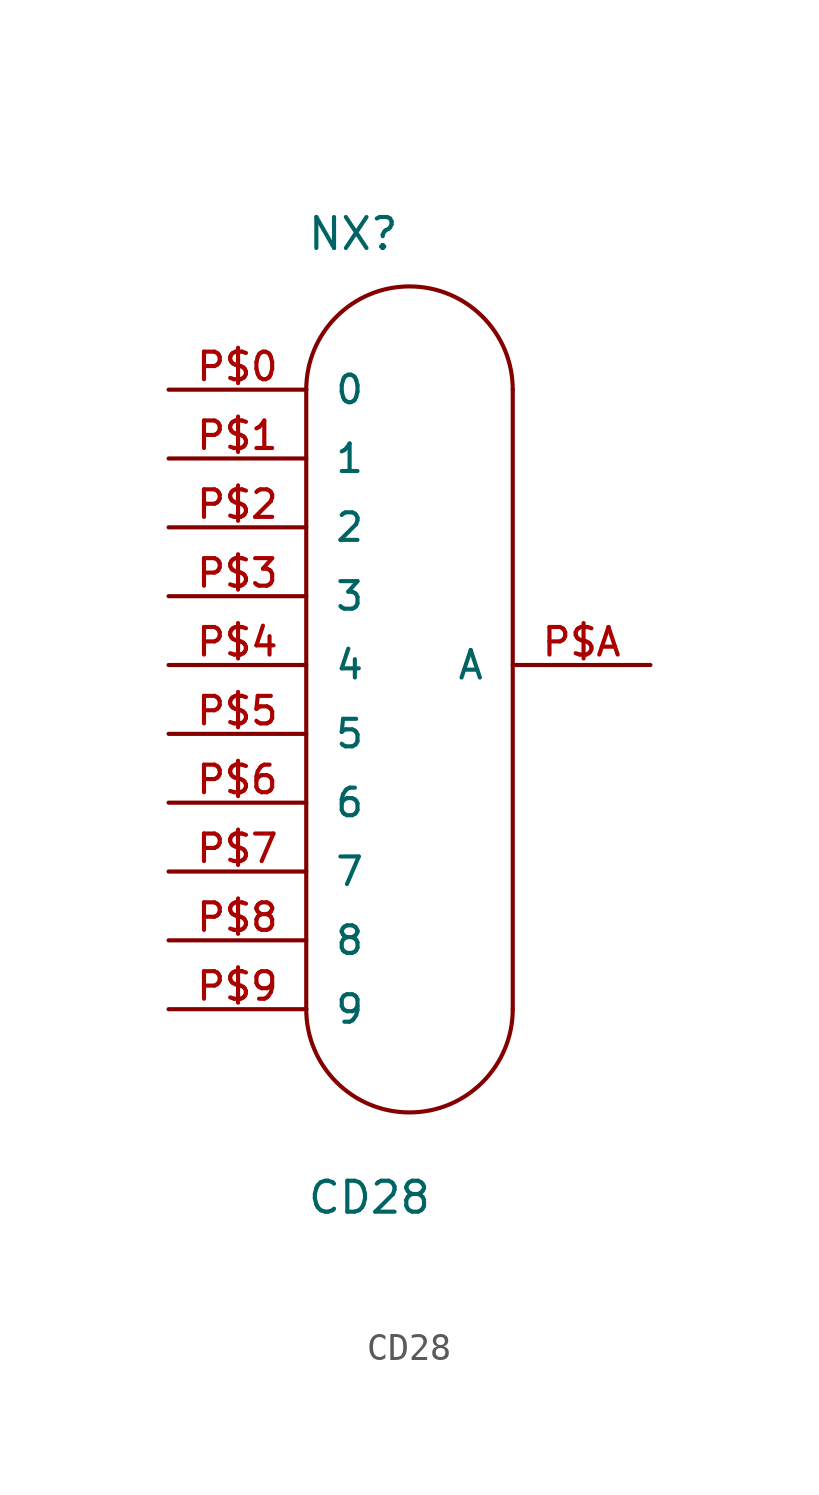
<source format=kicad_sym>
(kicad_symbol_lib
  (version 20241209)
  (generator "kicad_symbol_editor")
  (generator_version "9.0")
  (symbol "CD28"
    (pin_names
      (offset 1.016))
    (property "Reference" "NX"
      (at -22.86 12.7 0)
      (effects (font (size 1.143 1.143)) (justify left bottom)))
    (property "Value" "CD28"
      (at -22.86 -22.86 0)
      (effects (font (size 1.143 1.143)) (justify left bottom)))
    (property "ki_locked" ""
      (at 0 0 0)
      (effects (font (size 1.27 1.27))))
    (symbol "CD28_1_0"
      (polyline (pts (xy -22.86 7.62) (xy -22.86 -15.24)) (stroke (width 0) (type default)) (fill (type none)))
      (polyline (pts (xy -15.24 7.62) (xy -15.24 -15.24)) (stroke (width 0) (type default)) (fill (type none))))
    (symbol "CD28_1_1"
      (arc (start -22.86 7.62) (mid -19.05 11.4133) (end -15.24 7.62) (stroke (width 0) (type default)) (fill (type none)))
      (arc (start -15.24 -15.24) (mid -19.05 -19.0333) (end -22.86 -15.24) (stroke (width 0) (type default)) (fill (type none)))
      (pin passive line (at -27.94 7.62 0) (length 5.08) (name "0" (effects (font (size 1.016 1.016)))) (number "P$0" (effects (font (size 1.016 1.016)))))
      (pin passive line (at -27.94 5.08 0) (length 5.08) (name "1" (effects (font (size 1.016 1.016)))) (number "P$1" (effects (font (size 1.016 1.016)))))
      (pin passive line (at -27.94 2.54 0) (length 5.08) (name "2" (effects (font (size 1.016 1.016)))) (number "P$2" (effects (font (size 1.016 1.016)))))
      (pin passive line (at -27.94 0 0) (length 5.08) (name "3" (effects (font (size 1.016 1.016)))) (number "P$3" (effects (font (size 1.016 1.016)))))
      (pin passive line (at -27.94 -2.54 0) (length 5.08) (name "4" (effects (font (size 1.016 1.016)))) (number "P$4" (effects (font (size 1.016 1.016)))))
      (pin passive line (at -27.94 -5.08 0) (length 5.08) (name "5" (effects (font (size 1.016 1.016)))) (number "P$5" (effects (font (size 1.016 1.016)))))
      (pin passive line (at -27.94 -7.62 0) (length 5.08) (name "6" (effects (font (size 1.016 1.016)))) (number "P$6" (effects (font (size 1.016 1.016)))))
      (pin passive line (at -27.94 -10.16 0) (length 5.08) (name "7" (effects (font (size 1.016 1.016)))) (number "P$7" (effects (font (size 1.016 1.016)))))
      (pin passive line (at -27.94 -12.7 0) (length 5.08) (name "8" (effects (font (size 1.016 1.016)))) (number "P$8" (effects (font (size 1.016 1.016)))))
      (pin passive line (at -27.94 -15.24 0) (length 5.08) (name "9" (effects (font (size 1.016 1.016)))) (number "P$9" (effects (font (size 1.016 1.016)))))
      (pin passive line (at -10.16 -2.54 180) (length 5.08) (name "A" (effects (font (size 1.016 1.016)))) (number "P$A" (effects (font (size 1.016 1.016))))))))
</source>
